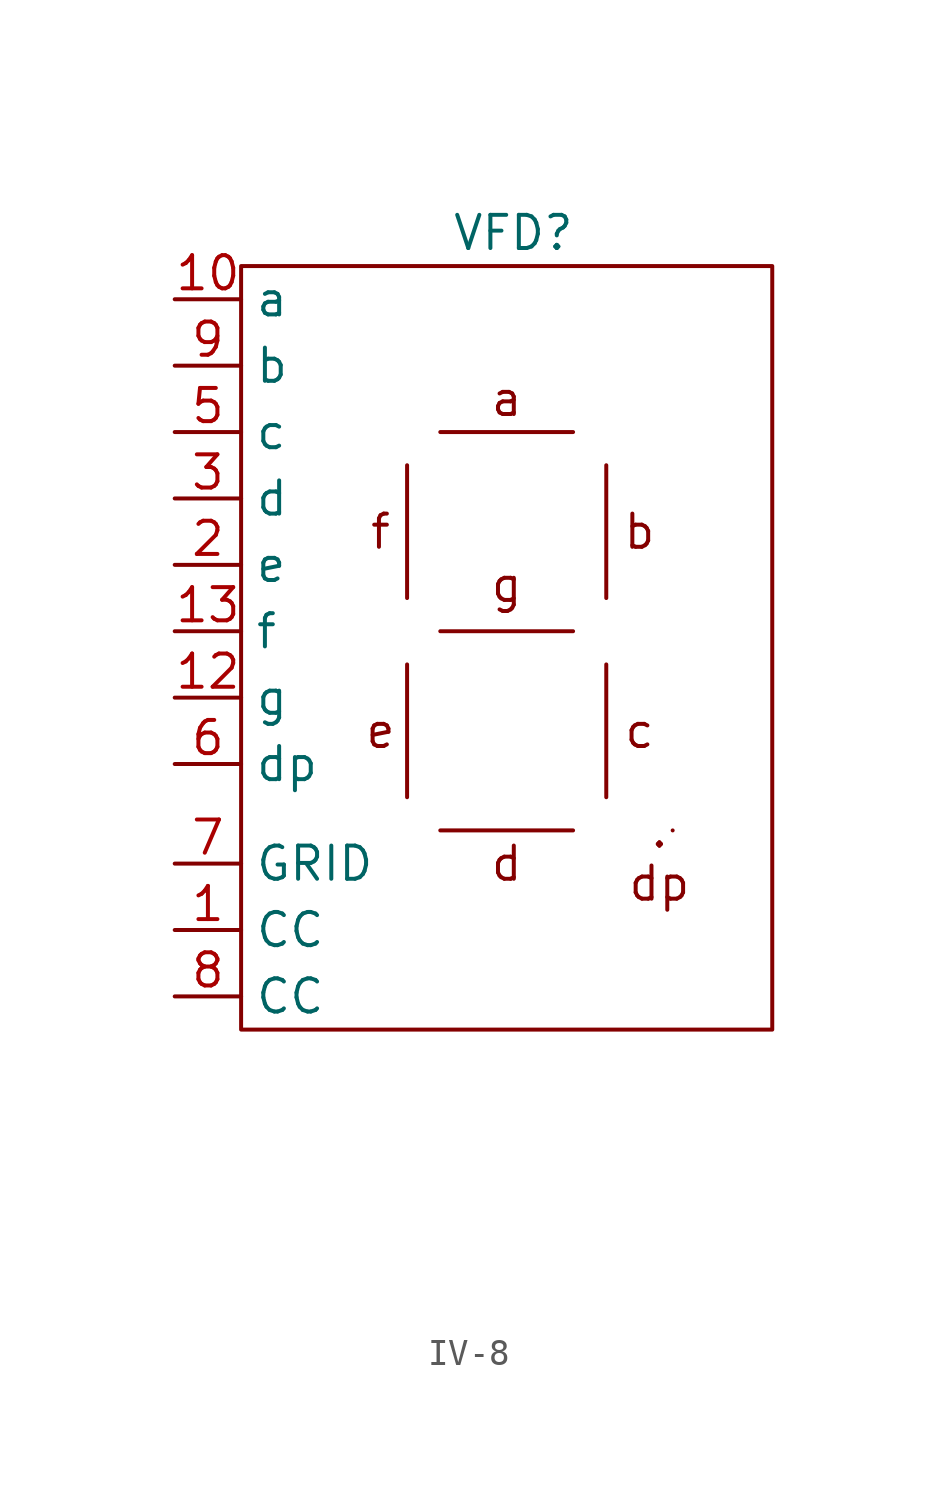
<source format=kicad_sym>
(kicad_symbol_lib
  (version 20231120)
  (generator "kicad_symbol_editor")
  (generator_version "8.0")
  (symbol "IV-8"
    (property "Reference" "VFD"
      (at 0.254 15.24 0)
      (effects (font (size 1.27 1.27))))
    (property "Value" ""
      (at -10.16 -6.35 0)
      (effects (font (size 1.27 1.27))))
    (symbol "IV-8_0_1"
      (polyline (pts (xy -3.81 -1.27) (xy -3.81 -6.35)) (stroke (width 0) (type default)) (fill (type none)))
      (polyline (pts (xy -3.81 6.35) (xy -3.81 1.27)) (stroke (width 0) (type default)) (fill (type none)))
      (polyline (pts (xy -2.54 -7.62) (xy 2.54 -7.62)) (stroke (width 0) (type default)) (fill (type none)))
      (polyline (pts (xy -2.54 0) (xy 2.54 0)) (stroke (width 0) (type default)) (fill (type none)))
      (polyline (pts (xy -2.54 7.62) (xy 2.54 7.62)) (stroke (width 0) (type default)) (fill (type none)))
      (polyline (pts (xy 3.81 -6.35) (xy 3.81 -1.27)) (stroke (width 0) (type default)) (fill (type none)))
      (polyline (pts (xy 3.81 6.35) (xy 3.81 1.27)) (stroke (width 0) (type default)) (fill (type none)))
      (polyline (pts (xy 6.35 -7.62) (xy 6.35 -7.62)) (stroke (width 0) (type default)) (fill (type none))))
    (symbol "IV-8_1_1"
      (rectangle (start -10.16 13.97) (end 10.16 -15.24) (stroke (width 0) (type default)) (fill (type none)))
      (text "." (at 5.842 -7.62 0) (effects (font (size 1.27 1.27))))
      (text "a" (at 0 8.89 0) (effects (font (size 1.27 1.27))))
      (text "b" (at 5.08 3.81 0) (effects (font (size 1.27 1.27))))
      (text "c\n" (at 5.08 -3.81 0) (effects (font (size 1.27 1.27))))
      (text "d" (at 0 -8.89 0) (effects (font (size 1.27 1.27))))
      (text "dp" (at 5.842 -9.652 0) (effects (font (size 1.27 1.27))))
      (text "e" (at -4.826 -3.81 0) (effects (font (size 1.27 1.27))))
      (text "f" (at -4.826 3.81 0) (effects (font (size 1.27 1.27))))
      (text "g" (at 0 1.778 0) (effects (font (size 1.27 1.27))))
      (pin input line (at -12.7 -11.43 0) (length 2.54) (name "CC" (effects (font (size 1.27 1.27)))) (number "1" (effects (font (size 1.27 1.27)))))
      (pin input line (at -12.7 12.7 0) (length 2.54) (name "a" (effects (font (size 1.27 1.27)))) (number "10" (effects (font (size 1.27 1.27)))))
      (pin no_connect line (at 2.54 -20.32 0) (length 2.54) hide (name "NC" (effects (font (size 1.27 1.27)))) (number "11" (effects (font (size 1.27 1.27)))))
      (pin input line (at -12.7 -2.54 0) (length 2.54) (name "g" (effects (font (size 1.27 1.27)))) (number "12" (effects (font (size 1.27 1.27)))))
      (pin input line (at -12.7 0 0) (length 2.54) (name "f" (effects (font (size 1.27 1.27)))) (number "13" (effects (font (size 1.27 1.27)))))
      (pin no_connect line (at 5.08 -22.86 0) (length 2.54) hide (name "NC" (effects (font (size 1.27 1.27)))) (number "14" (effects (font (size 1.27 1.27)))))
      (pin input line (at -12.7 2.54 0) (length 2.54) (name "e" (effects (font (size 1.27 1.27)))) (number "2" (effects (font (size 1.27 1.27)))))
      (pin input line (at -12.7 5.08 0) (length 2.54) (name "d" (effects (font (size 1.27 1.27)))) (number "3" (effects (font (size 1.27 1.27)))))
      (pin no_connect line (at 5.08 -17.78 0) (length 2.54) hide (name "NC" (effects (font (size 1.27 1.27)))) (number "4" (effects (font (size 1.27 1.27)))))
      (pin input line (at -12.7 7.62 0) (length 2.54) (name "c" (effects (font (size 1.27 1.27)))) (number "5" (effects (font (size 1.27 1.27)))))
      (pin input line (at -12.7 -5.08 0) (length 2.54) (name "dp" (effects (font (size 1.27 1.27)))) (number "6" (effects (font (size 1.27 1.27)))))
      (pin input line (at -12.7 -8.89 0) (length 2.54) (name "GRID" (effects (font (size 1.27 1.27)))) (number "7" (effects (font (size 1.27 1.27)))))
      (pin input line (at -12.7 -13.97 0) (length 2.54) (name "CC" (effects (font (size 1.27 1.27)))) (number "8" (effects (font (size 1.27 1.27)))))
      (pin input line (at -12.7 10.16 0) (length 2.54) (name "b" (effects (font (size 1.27 1.27)))) (number "9" (effects (font (size 1.27 1.27))))))))
</source>
